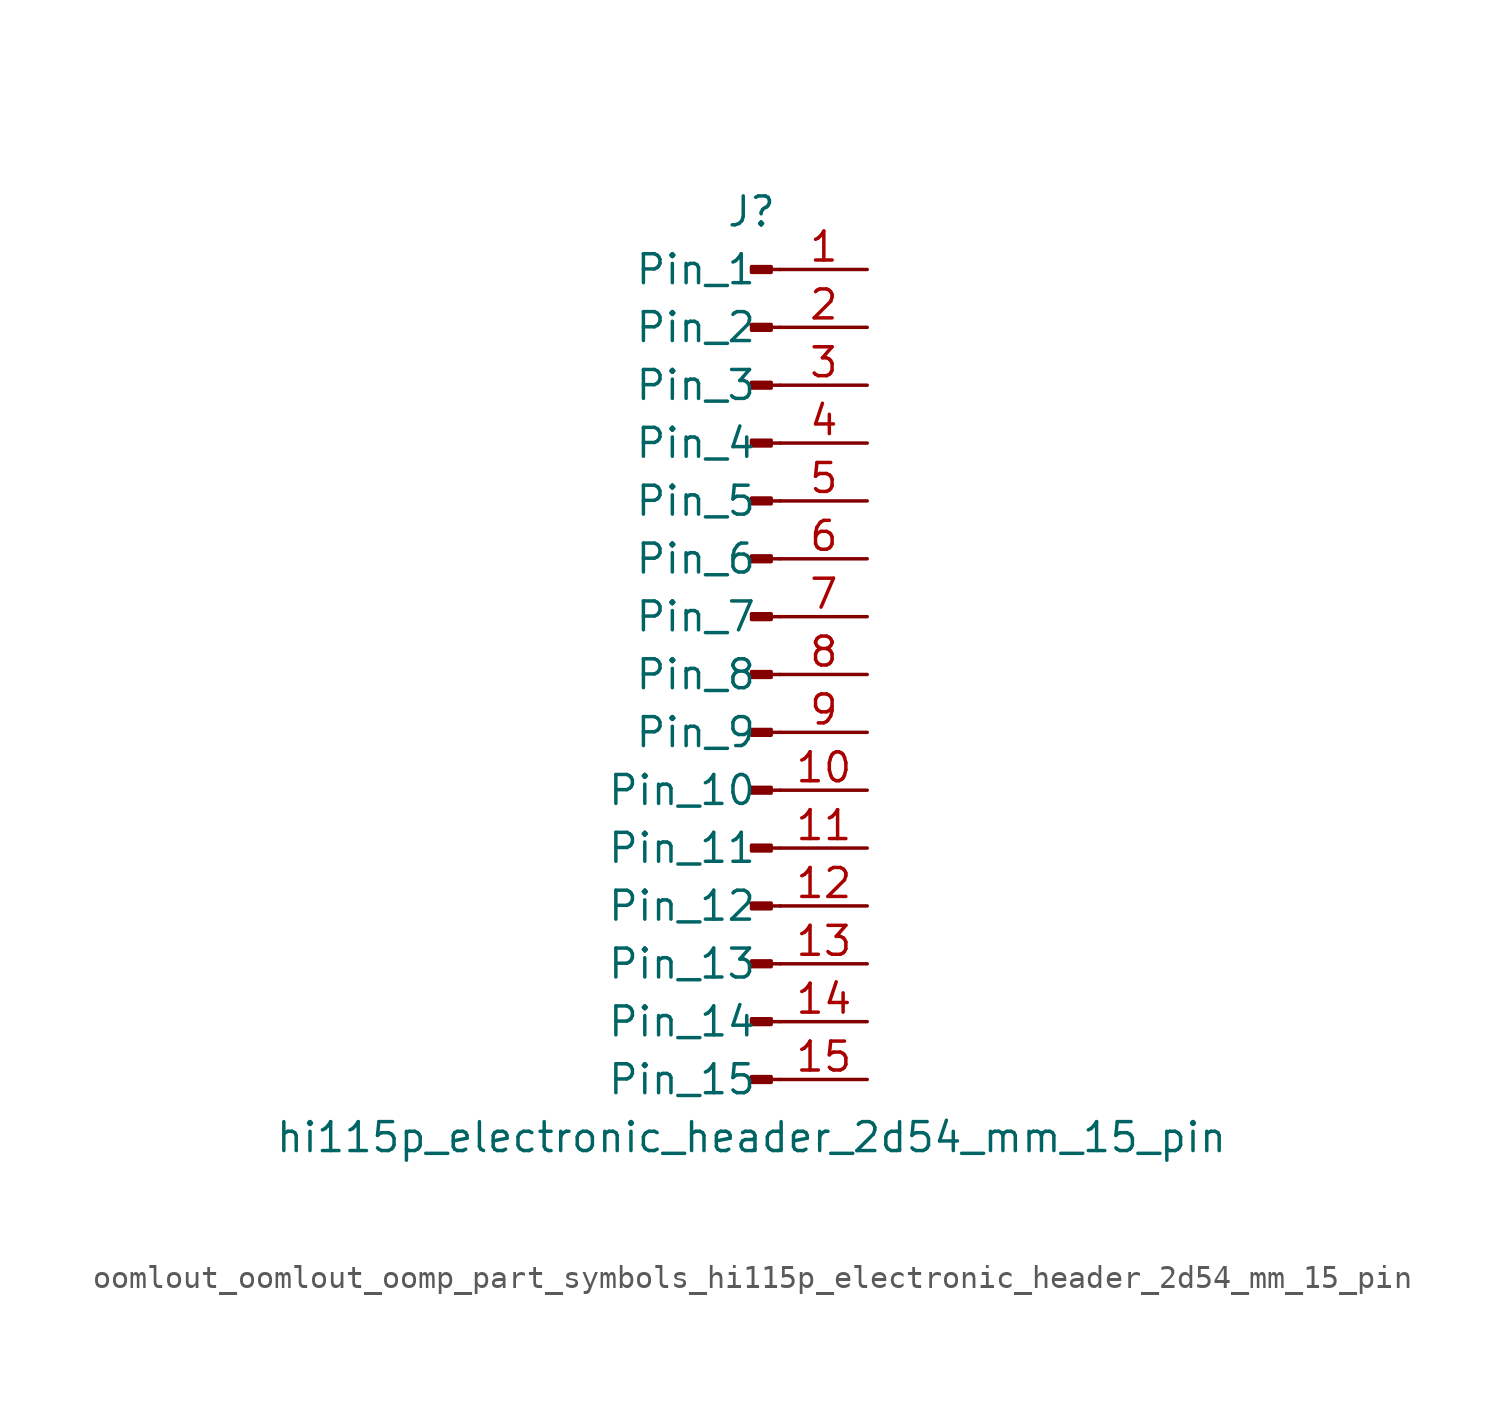
<source format=kicad_sym>
(kicad_symbol_lib
  (version 20220914)
  (generator kicad_symbol_editor)
  (symbol "oomlout_oomlout_oomp_part_symbols_hi115p_electronic_header_2d54_mm_15_pin"
    (pin_names
      (offset 1.016))
    (property "Reference" "J"
      (at 0 20.32 0)
      (effects (font (size 1.27 1.27))))
    (property "Value" "hi115p_electronic_header_2d54_mm_15_pin"
      (at 0 -20.32 0)
      (effects (font (size 1.27 1.27))))
    (property "ki_locked" ""
      (at 0 0 0)
      (effects (font (size 1.27 1.27))))
    (symbol "oomlout_oomlout_oomp_part_symbols_hi115p_electronic_header_2d54_mm_15_pin_1_1"
      (polyline (pts (xy 1.27 -17.78) (xy 0.864 -17.78)) (stroke (width 0.152) (type default)) (fill (type none)))
      (polyline (pts (xy 1.27 -15.24) (xy 0.864 -15.24)) (stroke (width 0.152) (type default)) (fill (type none)))
      (polyline (pts (xy 1.27 -12.7) (xy 0.864 -12.7)) (stroke (width 0.152) (type default)) (fill (type none)))
      (polyline (pts (xy 1.27 -10.16) (xy 0.864 -10.16)) (stroke (width 0.152) (type default)) (fill (type none)))
      (polyline (pts (xy 1.27 -7.62) (xy 0.864 -7.62)) (stroke (width 0.152) (type default)) (fill (type none)))
      (polyline (pts (xy 1.27 -5.08) (xy 0.864 -5.08)) (stroke (width 0.152) (type default)) (fill (type none)))
      (polyline (pts (xy 1.27 -2.54) (xy 0.864 -2.54)) (stroke (width 0.152) (type default)) (fill (type none)))
      (polyline (pts (xy 1.27 0) (xy 0.864 0)) (stroke (width 0.152) (type default)) (fill (type none)))
      (polyline (pts (xy 1.27 2.54) (xy 0.864 2.54)) (stroke (width 0.152) (type default)) (fill (type none)))
      (polyline (pts (xy 1.27 5.08) (xy 0.864 5.08)) (stroke (width 0.152) (type default)) (fill (type none)))
      (polyline (pts (xy 1.27 7.62) (xy 0.864 7.62)) (stroke (width 0.152) (type default)) (fill (type none)))
      (polyline (pts (xy 1.27 10.16) (xy 0.864 10.16)) (stroke (width 0.152) (type default)) (fill (type none)))
      (polyline (pts (xy 1.27 12.7) (xy 0.864 12.7)) (stroke (width 0.152) (type default)) (fill (type none)))
      (polyline (pts (xy 1.27 15.24) (xy 0.864 15.24)) (stroke (width 0.152) (type default)) (fill (type none)))
      (polyline (pts (xy 1.27 17.78) (xy 0.864 17.78)) (stroke (width 0.152) (type default)) (fill (type none)))
      (rectangle (start 0.864 -17.653) (end 0 -17.907) (stroke (width 0.152) (type default)) (fill (type outline)))
      (rectangle (start 0.864 -15.113) (end 0 -15.367) (stroke (width 0.152) (type default)) (fill (type outline)))
      (rectangle (start 0.864 -12.573) (end 0 -12.827) (stroke (width 0.152) (type default)) (fill (type outline)))
      (rectangle (start 0.864 -10.033) (end 0 -10.287) (stroke (width 0.152) (type default)) (fill (type outline)))
      (rectangle (start 0.864 -7.493) (end 0 -7.747) (stroke (width 0.152) (type default)) (fill (type outline)))
      (rectangle (start 0.864 -4.953) (end 0 -5.207) (stroke (width 0.152) (type default)) (fill (type outline)))
      (rectangle (start 0.864 -2.413) (end 0 -2.667) (stroke (width 0.152) (type default)) (fill (type outline)))
      (rectangle (start 0.864 0.127) (end 0 -0.127) (stroke (width 0.152) (type default)) (fill (type outline)))
      (rectangle (start 0.864 2.667) (end 0 2.413) (stroke (width 0.152) (type default)) (fill (type outline)))
      (rectangle (start 0.864 5.207) (end 0 4.953) (stroke (width 0.152) (type default)) (fill (type outline)))
      (rectangle (start 0.864 7.747) (end 0 7.493) (stroke (width 0.152) (type default)) (fill (type outline)))
      (rectangle (start 0.864 10.287) (end 0 10.033) (stroke (width 0.152) (type default)) (fill (type outline)))
      (rectangle (start 0.864 12.827) (end 0 12.573) (stroke (width 0.152) (type default)) (fill (type outline)))
      (rectangle (start 0.864 15.367) (end 0 15.113) (stroke (width 0.152) (type default)) (fill (type outline)))
      (rectangle (start 0.864 17.907) (end 0 17.653) (stroke (width 0.152) (type default)) (fill (type outline)))
      (pin passive line (at 5.08 17.78 180) (length 3.81) (name "Pin_1" (effects (font (size 1.27 1.27)))) (number "1" (effects (font (size 1.27 1.27)))))
      (pin passive line (at 5.08 -5.08 180) (length 3.81) (name "Pin_10" (effects (font (size 1.27 1.27)))) (number "10" (effects (font (size 1.27 1.27)))))
      (pin passive line (at 5.08 -7.62 180) (length 3.81) (name "Pin_11" (effects (font (size 1.27 1.27)))) (number "11" (effects (font (size 1.27 1.27)))))
      (pin passive line (at 5.08 -10.16 180) (length 3.81) (name "Pin_12" (effects (font (size 1.27 1.27)))) (number "12" (effects (font (size 1.27 1.27)))))
      (pin passive line (at 5.08 -12.7 180) (length 3.81) (name "Pin_13" (effects (font (size 1.27 1.27)))) (number "13" (effects (font (size 1.27 1.27)))))
      (pin passive line (at 5.08 -15.24 180) (length 3.81) (name "Pin_14" (effects (font (size 1.27 1.27)))) (number "14" (effects (font (size 1.27 1.27)))))
      (pin passive line (at 5.08 -17.78 180) (length 3.81) (name "Pin_15" (effects (font (size 1.27 1.27)))) (number "15" (effects (font (size 1.27 1.27)))))
      (pin passive line (at 5.08 15.24 180) (length 3.81) (name "Pin_2" (effects (font (size 1.27 1.27)))) (number "2" (effects (font (size 1.27 1.27)))))
      (pin passive line (at 5.08 12.7 180) (length 3.81) (name "Pin_3" (effects (font (size 1.27 1.27)))) (number "3" (effects (font (size 1.27 1.27)))))
      (pin passive line (at 5.08 10.16 180) (length 3.81) (name "Pin_4" (effects (font (size 1.27 1.27)))) (number "4" (effects (font (size 1.27 1.27)))))
      (pin passive line (at 5.08 7.62 180) (length 3.81) (name "Pin_5" (effects (font (size 1.27 1.27)))) (number "5" (effects (font (size 1.27 1.27)))))
      (pin passive line (at 5.08 5.08 180) (length 3.81) (name "Pin_6" (effects (font (size 1.27 1.27)))) (number "6" (effects (font (size 1.27 1.27)))))
      (pin passive line (at 5.08 2.54 180) (length 3.81) (name "Pin_7" (effects (font (size 1.27 1.27)))) (number "7" (effects (font (size 1.27 1.27)))))
      (pin passive line (at 5.08 0 180) (length 3.81) (name "Pin_8" (effects (font (size 1.27 1.27)))) (number "8" (effects (font (size 1.27 1.27)))))
      (pin passive line (at 5.08 -2.54 180) (length 3.81) (name "Pin_9" (effects (font (size 1.27 1.27)))) (number "9" (effects (font (size 1.27 1.27))))))))
</source>
